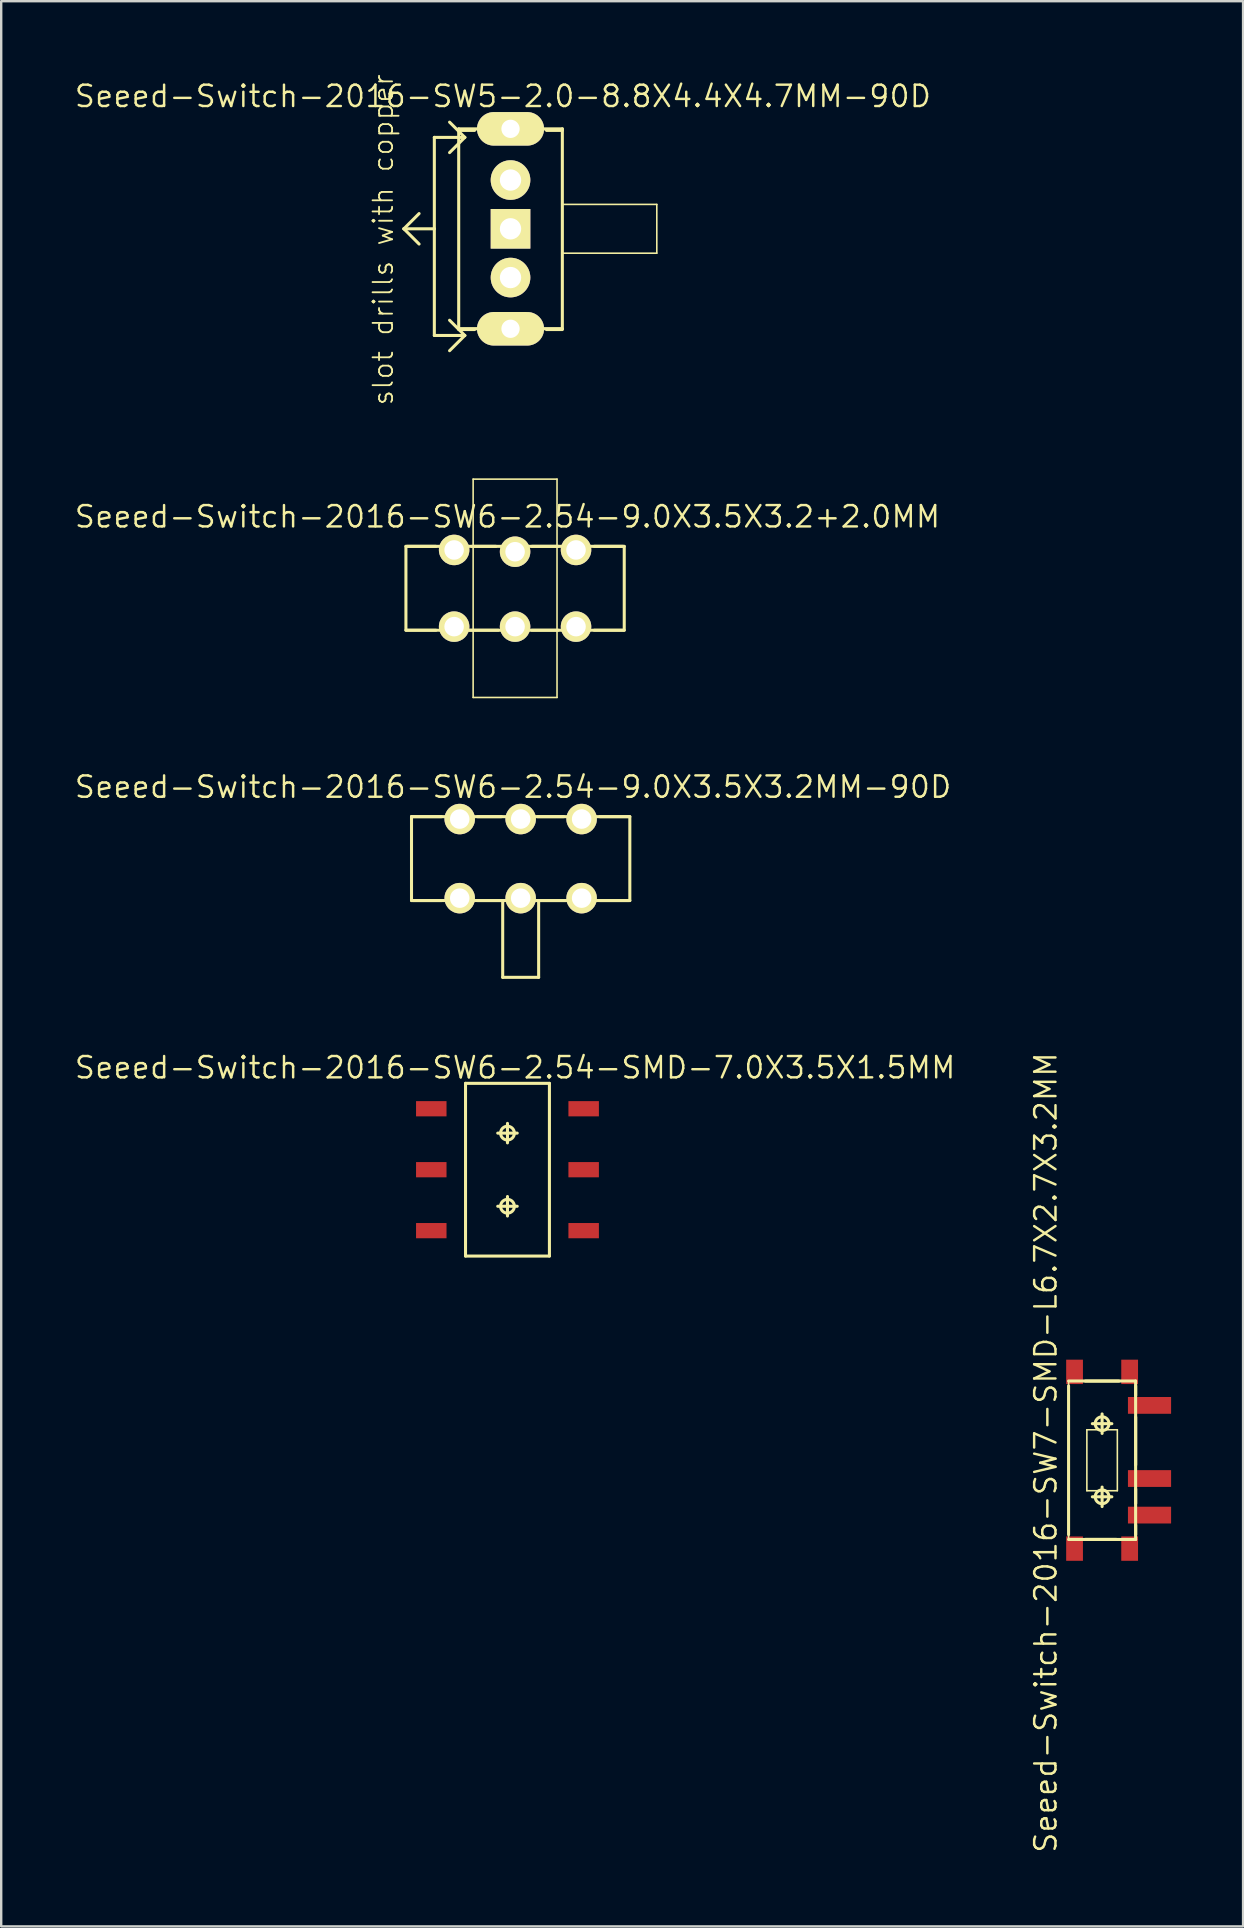
<source format=kicad_pcb>
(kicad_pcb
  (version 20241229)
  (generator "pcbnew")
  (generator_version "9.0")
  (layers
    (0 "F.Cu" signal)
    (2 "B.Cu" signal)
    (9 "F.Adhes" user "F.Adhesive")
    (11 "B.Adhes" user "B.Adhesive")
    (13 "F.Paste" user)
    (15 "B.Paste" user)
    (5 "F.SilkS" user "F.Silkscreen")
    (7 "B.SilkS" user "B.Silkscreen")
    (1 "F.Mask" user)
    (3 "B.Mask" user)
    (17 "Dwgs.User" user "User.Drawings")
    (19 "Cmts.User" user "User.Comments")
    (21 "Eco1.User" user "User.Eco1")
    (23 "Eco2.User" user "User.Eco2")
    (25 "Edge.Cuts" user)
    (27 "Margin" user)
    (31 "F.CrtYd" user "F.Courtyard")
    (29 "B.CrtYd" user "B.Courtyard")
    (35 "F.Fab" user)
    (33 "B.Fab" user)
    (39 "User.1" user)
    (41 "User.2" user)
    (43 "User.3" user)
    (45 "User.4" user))
  (footprint "Seeed-Switch-2016-SW6-2.54-9.0X3.5X3.2MM-90D"
    (layer "F.Cu")
    (at 18.648 32.731)
    (property "Reference" "Seeed-Switch-2016-SW6-2.54-9.0X3.5X3.2MM-90D" (at -0.318 -2.985 0) (layer "F.SilkS") (effects (font (size 0.889 0.889) (thickness 0.102))))
    (attr exclude_from_pos_files exclude_from_bom)
    (fp_line (start -4.549 -1.748) (end -3.299 -1.748) (stroke (width 0.127) (type solid)) (layer "F.SilkS"))
    (fp_line (start -4.549 -1.748) (end 4.549 -1.748) (stroke (width 0.066) (type solid)) (layer "F.SilkS"))
    (fp_line (start -4.549 -1.748) (end 4.549 -1.748) (stroke (width 0.127) (type solid)) (layer "F.SilkS"))
    (fp_line (start -4.549 1.748) (end -4.549 -1.748) (stroke (width 0.066) (type solid)) (layer "F.SilkS"))
    (fp_line (start -4.549 1.748) (end -4.549 -1.748) (stroke (width 0.127) (type solid)) (layer "F.SilkS"))
    (fp_line (start -4.549 1.748) (end 4.549 1.748) (stroke (width 0.066) (type solid)) (layer "F.SilkS"))
    (fp_line (start -3.299 1.748) (end -4.498 1.748) (stroke (width 0.127) (type solid)) (layer "F.SilkS"))
    (fp_line (start -1.798 -1.748) (end -0.798 -1.748) (stroke (width 0.127) (type solid)) (layer "F.SilkS"))
    (fp_line (start -0.749 1.748) (end -0.749 4.948) (stroke (width 0.127) (type solid)) (layer "F.SilkS"))
    (fp_line (start -0.749 4.948) (end 0.749 4.948) (stroke (width 0.127) (type solid)) (layer "F.SilkS"))
    (fp_line (start -0.699 1.748) (end -1.798 1.748) (stroke (width 0.127) (type solid)) (layer "F.SilkS"))
    (fp_line (start 0.699 -1.748) (end 1.798 -1.748) (stroke (width 0.127) (type solid)) (layer "F.SilkS"))
    (fp_line (start 0.749 4.948) (end 0.749 1.748) (stroke (width 0.127) (type solid)) (layer "F.SilkS"))
    (fp_line (start 1.9 1.748) (end 0.699 1.748) (stroke (width 0.127) (type solid)) (layer "F.SilkS"))
    (fp_line (start 3.299 -1.748) (end 4.498 -1.748) (stroke (width 0.127) (type solid)) (layer "F.SilkS"))
    (fp_line (start 4.498 1.748) (end 3.299 1.748) (stroke (width 0.127) (type solid)) (layer "F.SilkS"))
    (fp_line (start 4.549 -1.748) (end 4.549 1.748) (stroke (width 0.127) (type solid)) (layer "F.SilkS"))
    (fp_line (start 4.549 1.748) (end -4.549 1.748) (stroke (width 0.127) (type solid)) (layer "F.SilkS"))
    (fp_line (start 4.549 1.748) (end 4.549 -1.748) (stroke (width 0.066) (type solid)) (layer "F.SilkS"))
    (pad "CH1A" thru_hole circle (at -2.54 1.648) (size 1.27 1.27) (drill 0.813) (layers "*.Cu" "F.Mask" "F.SilkS" "F.Paste"))
    (pad "CH1B" thru_hole circle (at 2.54 1.648) (size 1.27 1.27) (drill 0.813) (layers "*.Cu" "F.Mask" "F.SilkS" "F.Paste"))
    (pad "CH2A" thru_hole circle (at -2.54 -1.648) (size 1.27 1.27) (drill 0.813) (layers "*.Cu" "F.Mask" "F.SilkS" "F.Paste"))
    (pad "CH2B" thru_hole circle (at 2.54 -1.648) (size 1.27 1.27) (drill 0.813) (layers "*.Cu" "F.Mask" "F.SilkS" "F.Paste"))
    (pad "COM1" thru_hole circle (at 0 1.648) (size 1.27 1.27) (drill 0.813) (layers "*.Cu" "F.Mask" "F.SilkS" "F.Paste"))
    (pad "COM2" thru_hole circle (at 0 -1.648) (size 1.27 1.27) (drill 0.813) (layers "*.Cu" "F.Mask" "F.SilkS" "F.Paste")))
  (footprint "Seeed-Switch-2016-SW7-SMD-L6.7X2.7X3.2MM"
    (layer "F.Cu")
    (at 42.878 57.803)
    (property "Reference" "Seeed-Switch-2016-SW7-SMD-L6.7X2.7X3.2MM" (at -2.349 -0.318 90) (layer "F.SilkS") (effects (font (size 0.889 0.889) (thickness 0.102))))
    (attr smd)
    (fp_line (start -1.397 -3.302) (end 1.397 -3.302) (stroke (width 0.066) (type solid)) (layer "F.SilkS"))
    (fp_line (start -1.397 -3.302) (end 1.397 -3.302) (stroke (width 0.127) (type solid)) (layer "F.SilkS"))
    (fp_line (start -1.397 3.099) (end -1.397 -3.099) (stroke (width 0.127) (type solid)) (layer "F.SilkS"))
    (fp_line (start -1.397 3.302) (end -1.397 -3.302) (stroke (width 0.066) (type solid)) (layer "F.SilkS"))
    (fp_line (start -1.397 3.302) (end 1.397 3.302) (stroke (width 0.066) (type solid)) (layer "F.SilkS"))
    (fp_line (start -0.699 -3.299) (end 0.699 -3.299) (stroke (width 0.127) (type solid)) (layer "F.SilkS"))
    (fp_line (start -0.699 3.299) (end 0.599 3.299) (stroke (width 0.127) (type solid)) (layer "F.SilkS"))
    (fp_line (start -0.635 -1.27) (end 0.635 -1.27) (stroke (width 0.066) (type solid)) (layer "F.SilkS"))
    (fp_line (start -0.635 1.27) (end -0.635 -1.27) (stroke (width 0.066) (type solid)) (layer "F.SilkS"))
    (fp_line (start -0.635 1.27) (end 0.635 1.27) (stroke (width 0.066) (type solid)) (layer "F.SilkS"))
    (fp_line (start -0.406 -1.524) (end 0.406 -1.524) (stroke (width 0.127) (type solid)) (layer "F.SilkS"))
    (fp_line (start -0.406 1.524) (end 0.406 1.524) (stroke (width 0.127) (type solid)) (layer "F.SilkS"))
    (fp_line (start 0 -1.118) (end 0 -1.93) (stroke (width 0.127) (type solid)) (layer "F.SilkS"))
    (fp_line (start 0 1.93) (end 0 1.118) (stroke (width 0.127) (type solid)) (layer "F.SilkS"))
    (fp_line (start 0.635 1.27) (end 0.635 -1.27) (stroke (width 0.066) (type solid)) (layer "F.SilkS"))
    (fp_line (start 1.397 -3.302) (end 1.397 3.302) (stroke (width 0.127) (type solid)) (layer "F.SilkS"))
    (fp_line (start 1.397 3.302) (end -1.397 3.302) (stroke (width 0.127) (type solid)) (layer "F.SilkS"))
    (fp_line (start 1.397 3.302) (end 1.397 -3.302) (stroke (width 0.066) (type solid)) (layer "F.SilkS"))
    (fp_line (start 1.4 -3.099) (end 1.4 -2.697) (stroke (width 0.127) (type solid)) (layer "F.SilkS"))
    (fp_line (start 1.4 -1.798) (end 1.4 0.198) (stroke (width 0.127) (type solid)) (layer "F.SilkS"))
    (fp_line (start 1.4 1.199) (end 1.4 1.798) (stroke (width 0.127) (type solid)) (layer "F.SilkS"))
    (fp_line (start 1.4 2.697) (end 1.4 3.099) (stroke (width 0.127) (type solid)) (layer "F.SilkS"))
    (fp_circle (center 0 -1.524) (end -0.203 -1.727) (stroke (width 0.127) (type solid)) (fill no) (layer "F.SilkS"))
    (fp_circle (center 0 1.524) (end -0.203 1.727) (stroke (width 0.127) (type solid)) (fill no) (layer "F.SilkS"))
    (pad "A" smd rect (at 1.976 -2.286) (size 1.798 0.699) (layers "F.Cu" "F.Mask" "F.Paste"))
    (pad "B" smd rect (at 1.976 2.286) (size 1.798 0.699) (layers "F.Cu" "F.Mask" "F.Paste"))
    (pad "COM" smd rect (at 1.976 0.762) (size 1.798 0.699) (layers "F.Cu" "F.Mask" "F.Paste"))
    (pad "SS1" smd rect (at -1.148 3.683 90) (size 1.016 0.699) (layers "F.Cu" "F.Mask" "F.Paste"))
    (pad "SS2" smd rect (at 1.148 3.683 90) (size 1.016 0.699) (layers "F.Cu" "F.Mask" "F.Paste"))
    (pad "SS3" smd rect (at 1.148 -3.683 90) (size 1.016 0.699) (layers "F.Cu" "F.Mask" "F.Paste"))
    (pad "SS4" smd rect (at -1.148 -3.683 90) (size 1.016 0.699) (layers "F.Cu" "F.Mask" "F.Paste")))
  (footprint "Seeed-Switch-2016-SW6-2.54-SMD-7.0X3.5X1.5MM"
    (layer "F.Cu")
    (at 18.098 45.695)
    (property "Reference" "Seeed-Switch-2016-SW6-2.54-SMD-7.0X3.5X1.5MM" (at 0.318 -4.255 0) (layer "F.SilkS") (effects (font (size 0.889 0.889) (thickness 0.102))))
    (attr smd)
    (fp_line (start -1.748 -3.599) (end 1.748 -3.599) (stroke (width 0.066) (type solid)) (layer "F.SilkS"))
    (fp_line (start -1.748 -3.599) (end 1.748 -3.599) (stroke (width 0.127) (type solid)) (layer "F.SilkS"))
    (fp_line (start -1.748 3.599) (end -1.748 -3.599) (stroke (width 0.066) (type solid)) (layer "F.SilkS"))
    (fp_line (start -1.748 3.599) (end -1.748 -3.599) (stroke (width 0.127) (type solid)) (layer "F.SilkS"))
    (fp_line (start -1.748 3.599) (end 1.748 3.599) (stroke (width 0.066) (type solid)) (layer "F.SilkS"))
    (fp_line (start -0.406 -1.524) (end 0.406 -1.524) (stroke (width 0.127) (type solid)) (layer "F.SilkS"))
    (fp_line (start -0.406 1.524) (end 0.406 1.524) (stroke (width 0.127) (type solid)) (layer "F.SilkS"))
    (fp_line (start 0 -1.118) (end 0 -1.93) (stroke (width 0.127) (type solid)) (layer "F.SilkS"))
    (fp_line (start 0 1.93) (end 0 1.118) (stroke (width 0.127) (type solid)) (layer "F.SilkS"))
    (fp_line (start 1.748 -3.599) (end 1.748 3.599) (stroke (width 0.127) (type solid)) (layer "F.SilkS"))
    (fp_line (start 1.748 3.599) (end -1.748 3.599) (stroke (width 0.127) (type solid)) (layer "F.SilkS"))
    (fp_line (start 1.748 3.599) (end 1.748 -3.599) (stroke (width 0.066) (type solid)) (layer "F.SilkS"))
    (fp_circle (center 0 -1.524) (end -0.203 -1.727) (stroke (width 0.127) (type solid)) (fill no) (layer "F.SilkS"))
    (fp_circle (center 0 1.524) (end -0.203 1.727) (stroke (width 0.127) (type solid)) (fill no) (layer "F.SilkS"))
    (pad "CH1A" smd rect (at -3.175 -2.54) (size 1.27 0.635) (layers "F.Cu" "F.Mask" "F.Paste"))
    (pad "CH1B" smd rect (at -3.175 2.54) (size 1.27 0.635) (layers "F.Cu" "F.Mask" "F.Paste"))
    (pad "CH2A" smd rect (at 3.175 -2.54) (size 1.27 0.635) (layers "F.Cu" "F.Mask" "F.Paste"))
    (pad "CH2B" smd rect (at 3.175 2.54) (size 1.27 0.635) (layers "F.Cu" "F.Mask" "F.Paste"))
    (pad "COM1" smd rect (at -3.175 0) (size 1.27 0.635) (layers "F.Cu" "F.Mask" "F.Paste"))
    (pad "COM2" smd rect (at 3.175 0) (size 1.27 0.635) (layers "F.Cu" "F.Mask" "F.Paste")))
  (footprint "Seeed-Switch-2016-SW6-2.54-9.0X3.5X3.2+2.0MM"
    (layer "F.Cu")
    (at 18.415 21.466)
    (property "Reference" "Seeed-Switch-2016-SW6-2.54-9.0X3.5X3.2+2.0MM" (at -0.318 -2.985 0) (layer "F.SilkS") (effects (font (size 0.889 0.889) (thickness 0.102))))
    (attr exclude_from_pos_files exclude_from_bom)
    (fp_line (start -4.549 -1.748) (end 4.549 -1.748) (stroke (width 0.127) (type solid)) (layer "F.SilkS"))
    (fp_line (start -4.549 1.748) (end -4.549 -1.748) (stroke (width 0.127) (type solid)) (layer "F.SilkS"))
    (fp_line (start -4.498 -1.748) (end -3.299 -1.748) (stroke (width 0.127) (type solid)) (layer "F.SilkS"))
    (fp_line (start -4.498 1.748) (end -3.299 1.748) (stroke (width 0.127) (type solid)) (layer "F.SilkS"))
    (fp_line (start -1.9 1.748) (end -0.699 1.748) (stroke (width 0.127) (type solid)) (layer "F.SilkS"))
    (fp_line (start -1.798 -1.748) (end -0.798 -1.748) (stroke (width 0.127) (type solid)) (layer "F.SilkS"))
    (fp_line (start -1.748 -4.549) (end 1.748 -4.549) (stroke (width 0.066) (type solid)) (layer "F.SilkS"))
    (fp_line (start -1.748 4.549) (end -1.748 -4.549) (stroke (width 0.066) (type solid)) (layer "F.SilkS"))
    (fp_line (start -1.748 4.549) (end 1.748 4.549) (stroke (width 0.066) (type solid)) (layer "F.SilkS"))
    (fp_line (start 0.699 -1.748) (end 1.798 -1.748) (stroke (width 0.127) (type solid)) (layer "F.SilkS"))
    (fp_line (start 0.699 1.748) (end 1.798 1.748) (stroke (width 0.127) (type solid)) (layer "F.SilkS"))
    (fp_line (start 1.748 4.549) (end 1.748 -4.549) (stroke (width 0.066) (type solid)) (layer "F.SilkS"))
    (fp_line (start 3.299 -1.748) (end 4.498 -1.748) (stroke (width 0.127) (type solid)) (layer "F.SilkS"))
    (fp_line (start 3.299 1.748) (end 4.498 1.748) (stroke (width 0.127) (type solid)) (layer "F.SilkS"))
    (fp_line (start 4.549 -1.748) (end 4.549 1.748) (stroke (width 0.127) (type solid)) (layer "F.SilkS"))
    (fp_line (start 4.549 1.748) (end -4.549 1.748) (stroke (width 0.127) (type solid)) (layer "F.SilkS"))
    (pad "CH1A" thru_hole circle (at -2.54 1.598) (size 1.27 1.27) (drill 0.813) (layers "*.Cu" "F.Mask" "F.SilkS" "F.Paste"))
    (pad "CH1B" thru_hole circle (at 2.54 1.598) (size 1.27 1.27) (drill 0.813) (layers "*.Cu" "F.Mask" "F.SilkS" "F.Paste"))
    (pad "CH2A" thru_hole circle (at -2.54 -1.598) (size 1.27 1.27) (drill 0.813) (layers "*.Cu" "F.Mask" "F.SilkS" "F.Paste"))
    (pad "CH2B" thru_hole circle (at 2.54 -1.598) (size 1.27 1.27) (drill 0.813) (layers "*.Cu" "F.Mask" "F.SilkS" "F.Paste"))
    (pad "COM1" thru_hole circle (at 0 1.598) (size 1.27 1.27) (drill 0.813) (layers "*.Cu" "F.Mask" "F.SilkS" "F.Paste"))
    (pad "COM2" thru_hole circle (at 0 -1.524) (size 1.27 1.27) (drill 0.813) (layers "*.Cu" "F.Mask" "F.SilkS" "F.Paste")))
  (footprint "Seeed-Switch-2016-SW5-2.0-8.8X4.4X4.7MM-90D"
    (layer "F.Cu")
    (at 18.225 6.485)
    (property "Reference" "Seeed-Switch-2016-SW5-2.0-8.8X4.4X4.7MM-90D" (at -0.318 -5.524 0) (layer "F.SilkS") (effects (font (size 0.889 0.889) (thickness 0.102))))
    (attr exclude_from_pos_files exclude_from_bom)
    (fp_line (start -4.445 0) (end -3.81 -0.635) (stroke (width 0.127) (type solid)) (layer "F.SilkS"))
    (fp_line (start -4.445 0) (end -3.81 0.635) (stroke (width 0.127) (type solid)) (layer "F.SilkS"))
    (fp_line (start -3.175 -3.81) (end -3.175 0) (stroke (width 0.127) (type solid)) (layer "F.SilkS"))
    (fp_line (start -3.175 0) (end -4.445 0) (stroke (width 0.127) (type solid)) (layer "F.SilkS"))
    (fp_line (start -3.175 0) (end -3.175 4.445) (stroke (width 0.127) (type solid)) (layer "F.SilkS"))
    (fp_line (start -3.175 4.445) (end -1.905 4.445) (stroke (width 0.127) (type solid)) (layer "F.SilkS"))
    (fp_line (start -2.159 -4.166) (end 2.159 -4.166) (stroke (width 0.127) (type solid)) (layer "F.SilkS"))
    (fp_line (start -2.159 -4.14) (end 2.159 -4.14) (stroke (width 0.066) (type solid)) (layer "F.SilkS"))
    (fp_line (start -2.159 -4.1) (end -1.499 -4.1) (stroke (width 0.127) (type solid)) (layer "F.SilkS"))
    (fp_line (start -2.159 4.14) (end -2.159 -4.14) (stroke (width 0.066) (type solid)) (layer "F.SilkS"))
    (fp_line (start -2.159 4.14) (end 2.159 4.14) (stroke (width 0.066) (type solid)) (layer "F.SilkS"))
    (fp_line (start -2.159 4.166) (end -2.159 -4.166) (stroke (width 0.127) (type solid)) (layer "F.SilkS"))
    (fp_line (start -2.159 4.199) (end -1.499 4.199) (stroke (width 0.127) (type solid)) (layer "F.SilkS"))
    (fp_line (start -1.905 -3.81) (end -3.175 -3.81) (stroke (width 0.127) (type solid)) (layer "F.SilkS"))
    (fp_line (start -1.905 -3.81) (end -2.54 -4.445) (stroke (width 0.127) (type solid)) (layer "F.SilkS"))
    (fp_line (start -1.905 -3.81) (end -2.54 -3.175) (stroke (width 0.127) (type solid)) (layer "F.SilkS"))
    (fp_line (start -1.905 4.445) (end -2.54 3.81) (stroke (width 0.127) (type solid)) (layer "F.SilkS"))
    (fp_line (start -1.905 4.445) (end -2.54 5.08) (stroke (width 0.127) (type solid)) (layer "F.SilkS"))
    (fp_line (start -0.762 -4.166) (end 0.762 -4.166) (stroke (width 0.889) (type solid)) (layer "F.SilkS"))
    (fp_line (start -0.762 4.166) (end 0.762 4.166) (stroke (width 0.889) (type solid)) (layer "F.SilkS"))
    (fp_line (start 2.159 -4.166) (end 2.159 4.166) (stroke (width 0.127) (type solid)) (layer "F.SilkS"))
    (fp_line (start 2.159 -4.1) (end 1.499 -4.1) (stroke (width 0.127) (type solid)) (layer "F.SilkS"))
    (fp_line (start 2.159 -1.016) (end 6.096 -1.016) (stroke (width 0.066) (type solid)) (layer "F.SilkS"))
    (fp_line (start 2.159 1.016) (end 2.159 -1.016) (stroke (width 0.066) (type solid)) (layer "F.SilkS"))
    (fp_line (start 2.159 1.016) (end 6.096 1.016) (stroke (width 0.066) (type solid)) (layer "F.SilkS"))
    (fp_line (start 2.159 4.14) (end 2.159 -4.14) (stroke (width 0.066) (type solid)) (layer "F.SilkS"))
    (fp_line (start 2.159 4.166) (end -2.159 4.166) (stroke (width 0.127) (type solid)) (layer "F.SilkS"))
    (fp_line (start 2.159 4.199) (end 1.499 4.199) (stroke (width 0.127) (type solid)) (layer "F.SilkS"))
    (fp_line (start 6.096 1.016) (end 6.096 -1.016) (stroke (width 0.066) (type solid)) (layer "F.SilkS"))
    (fp_text user "slot drills with copper" (at -5.309 0.457 270) (layer "F.SilkS") (effects (font (size 0.813 0.813) (thickness 0.076))))
    (pad "A" thru_hole circle (at 0 -2.032) (size 1.651 1.651) (drill 0.889) (layers "*.Cu" "F.Mask" "F.SilkS" "F.Paste"))
    (pad "B" thru_hole circle (at 0 2.032) (size 1.651 1.651) (drill 0.889) (layers "*.Cu" "F.Mask" "F.SilkS" "F.Paste"))
    (pad "COM" thru_hole rect (at 0 0) (size 1.651 1.651) (drill 0.889) (layers "*.Cu" "F.Mask" "F.SilkS" "F.Paste"))
    (pad "NC1" thru_hole oval (at 0 -4.166 90) (size 1.397 2.794) (drill 0.762) (layers "*.Cu" "F.Mask" "F.SilkS" "F.Paste"))
    (pad "NC2" thru_hole oval (at 0 4.166 90) (size 1.397 2.794) (drill 0.762) (layers "*.Cu" "F.Mask" "F.SilkS" "F.Paste")))
  (gr_rect
    (start -3 -3)
    (end 48.753 77.228)
    (stroke (width 0.1) (type default))
    (fill no)
    (layer "Edge.Cuts")))
</source>
